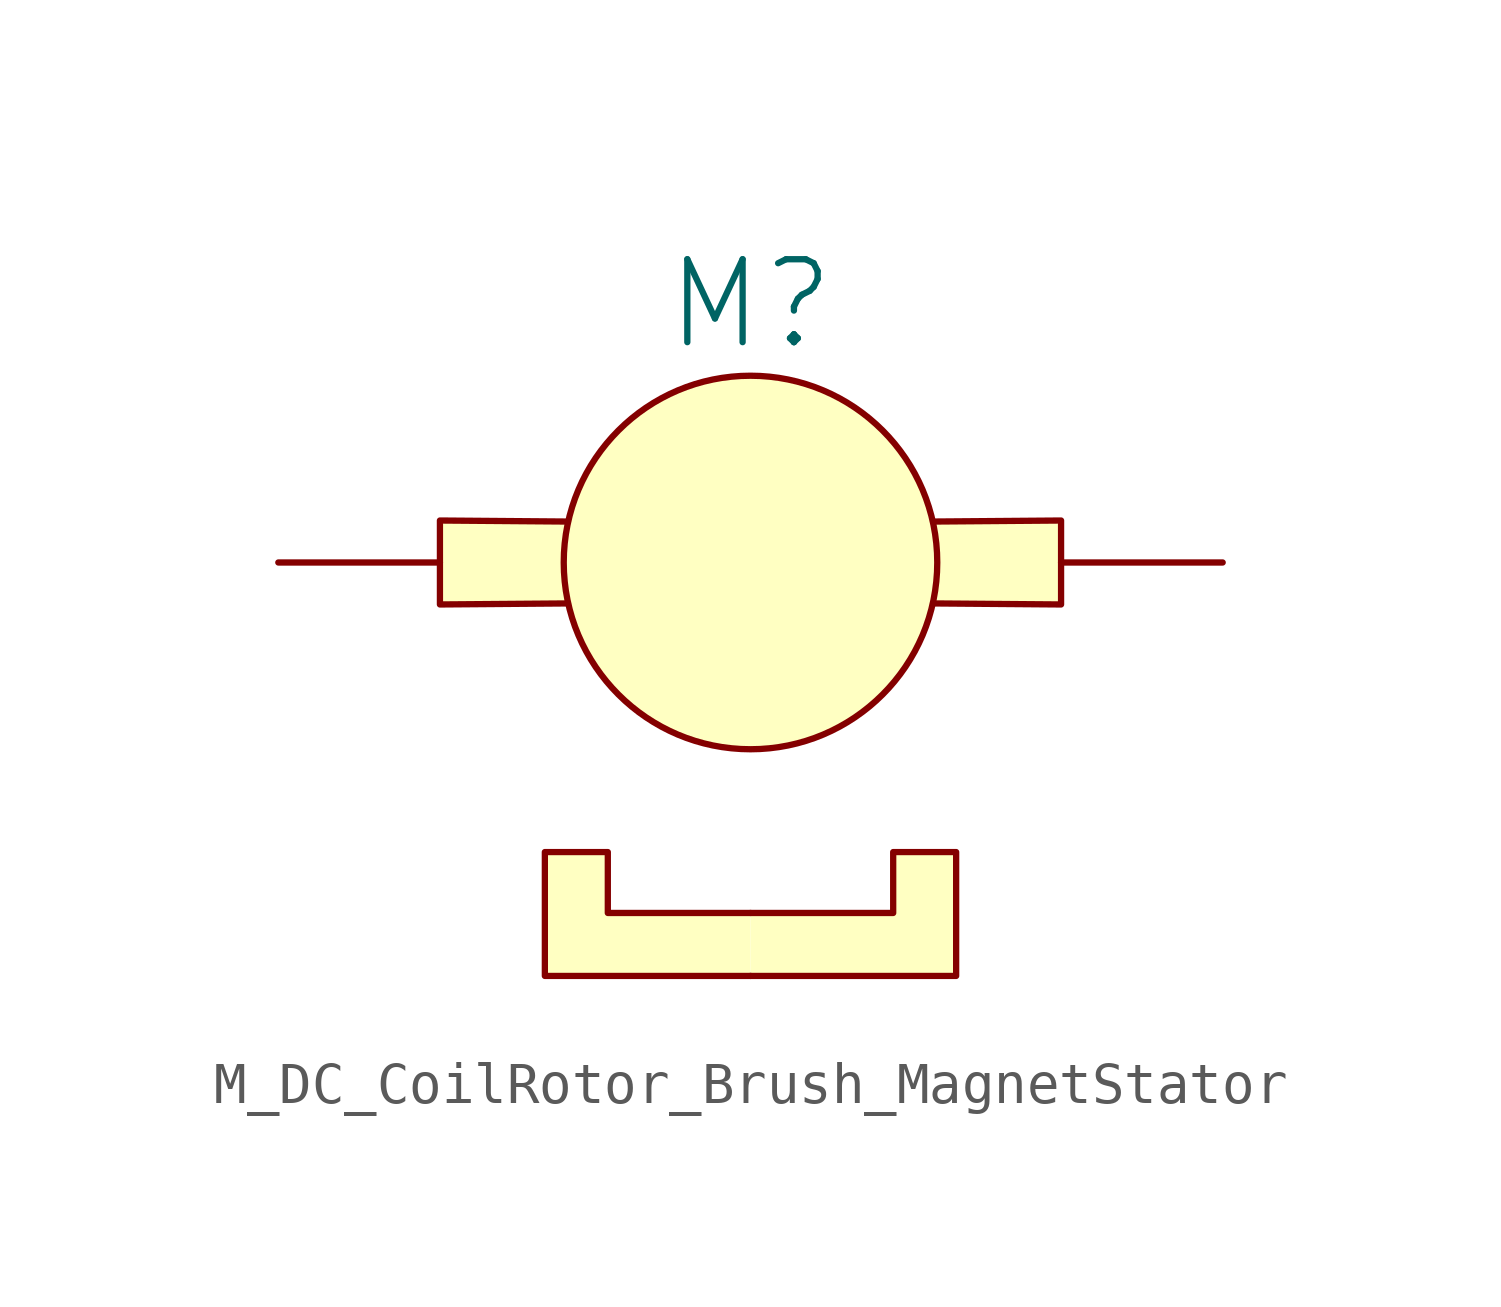
<source format=kicad_sym>
(kicad_symbol_lib
  (version 20231120)
  (generator "kicad_symbol_editor")
  (generator_version "8.0")
  (symbol "M_DC_CoilRotor_Brush_MagnetStator"
    (pin_numbers hide)
    (pin_names
      (offset 0) hide)
    (property "Reference" "M"
      (at 0 5.08 0)
      (effects (font (size 2.007 2.007)) (justify bottom)))
    (symbol "M_DC_CoilRotor_Brush_MagnetStator_0_1"
      (polyline (pts (xy -4.42 -0.991) (xy -7.518 -1.016) (xy -7.518 1.016) (xy -4.42 0.991)) (stroke (width 0) (type solid)) (fill (type background)))
      (polyline (pts (xy 4.42 0.991) (xy 7.518 1.016) (xy 7.518 -1.016) (xy 4.42 -0.991)) (stroke (width 0) (type solid)) (fill (type background)))
      (polyline (pts (xy 0 -10.008) (xy -4.978 -10.008) (xy -4.978 -7.01) (xy -3.454 -7.01) (xy -3.454 -8.484) (xy 0 -8.484)) (stroke (width 0) (type solid)) (fill (type background)))
      (polyline (pts (xy 0 -10.008) (xy 4.978 -10.008) (xy 4.978 -7.01) (xy 3.454 -7.01) (xy 3.454 -8.484) (xy 0 -8.484)) (stroke (width 0) (type solid)) (fill (type background)))
      (circle (center 0 0) (radius 4.521) (stroke (width 0) (type solid)) (fill (type background))))
    (symbol "M_DC_CoilRotor_Brush_MagnetStator_1_1"
      (pin passive line (at -11.43 0 0) (length 3.912) (name "~" (effects (font (size 1.27 1.27)))) (number "1" (effects (font (size 1.27 1.27)))))
      (pin passive line (at 11.43 0 180) (length 3.912) (name "~" (effects (font (size 1.27 1.27)))) (number "2" (effects (font (size 1.27 1.27))))))))
</source>
